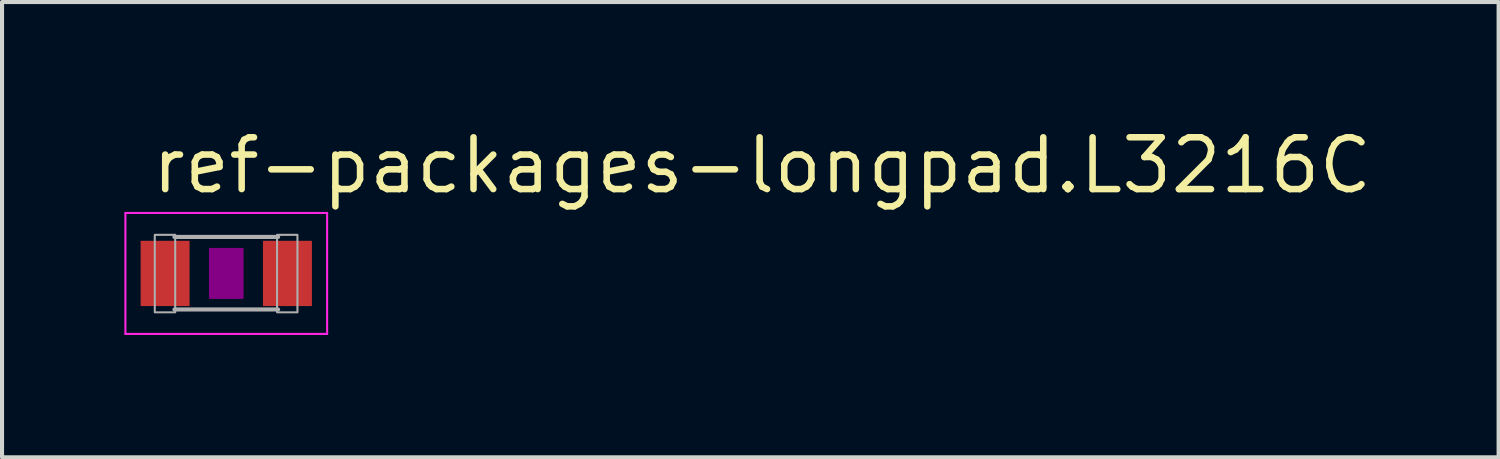
<source format=kicad_pcb>
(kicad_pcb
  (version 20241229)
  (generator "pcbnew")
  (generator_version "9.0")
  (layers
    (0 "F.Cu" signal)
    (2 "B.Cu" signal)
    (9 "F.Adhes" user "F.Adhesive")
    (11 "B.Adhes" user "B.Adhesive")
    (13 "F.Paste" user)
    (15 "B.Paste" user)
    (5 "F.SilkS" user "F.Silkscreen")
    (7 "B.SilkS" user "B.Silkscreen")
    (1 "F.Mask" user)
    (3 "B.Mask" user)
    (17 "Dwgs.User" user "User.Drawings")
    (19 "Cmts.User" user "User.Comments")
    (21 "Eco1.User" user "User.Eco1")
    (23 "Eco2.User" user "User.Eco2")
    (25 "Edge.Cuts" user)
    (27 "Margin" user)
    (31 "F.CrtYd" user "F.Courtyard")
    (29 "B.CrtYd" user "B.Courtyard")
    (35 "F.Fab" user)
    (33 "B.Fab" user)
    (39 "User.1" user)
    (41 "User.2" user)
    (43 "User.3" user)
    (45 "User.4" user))
  (footprint "ref-packages-longpad.L3216C"
    (layer "F.Cu")
    (at 2.498 3.655)
    (property "Reference" "ref-packages-longpad.L3216C" (at -1.905 -1.905 0) (layer "F.SilkS") (effects (font (size 1.27 1.27) (thickness 0.16)) (justify left bottom)))
    (attr smd)
    (fp_rect (start -0.4 0.6) (end 0.4 -0.6) (stroke (width 0.05) (type default)) (fill yes) (layer "F.Adhes"))
    (fp_line (start -2.473 -1.483) (end 2.473 -1.483) (stroke (width 0.051) (type default)) (layer "F.CrtYd"))
    (fp_line (start -2.473 1.483) (end -2.473 -1.483) (stroke (width 0.051) (type default)) (layer "F.CrtYd"))
    (fp_line (start 2.473 -1.483) (end 2.473 1.483) (stroke (width 0.051) (type default)) (layer "F.CrtYd"))
    (fp_line (start 2.473 1.483) (end -2.473 1.483) (stroke (width 0.051) (type default)) (layer "F.CrtYd"))
    (fp_line (start -1.27 -0.896) (end 1.27 -0.896) (stroke (width 0.102) (type default)) (layer "F.Fab"))
    (fp_line (start -1.27 0.883) (end 1.27 0.883) (stroke (width 0.102) (type default)) (layer "F.Fab"))
    (fp_rect (start -1.753 0.953) (end -1.252 -0.947) (stroke (width 0.05) (type default)) (fill no) (layer "F.Fab"))
    (fp_rect (start 1.245 0.953) (end 1.745 -0.947) (stroke (width 0.05) (type default)) (fill no) (layer "F.Fab"))
    (pad "1" smd roundrect (at -1.5 0) (size 1.2 1.6) (layers "F.Cu" "F.Mask" "F.Paste") (roundrect_rratio 0.01))
    (pad "2" smd roundrect (at 1.5 0) (size 1.2 1.6) (layers "F.Cu" "F.Mask" "F.Paste") (roundrect_rratio 0.01)))
  (gr_rect
    (start -3 -3)
    (end 33.695 8.163)
    (stroke (width 0.1) (type default))
    (fill no)
    (layer "Edge.Cuts")))
</source>
